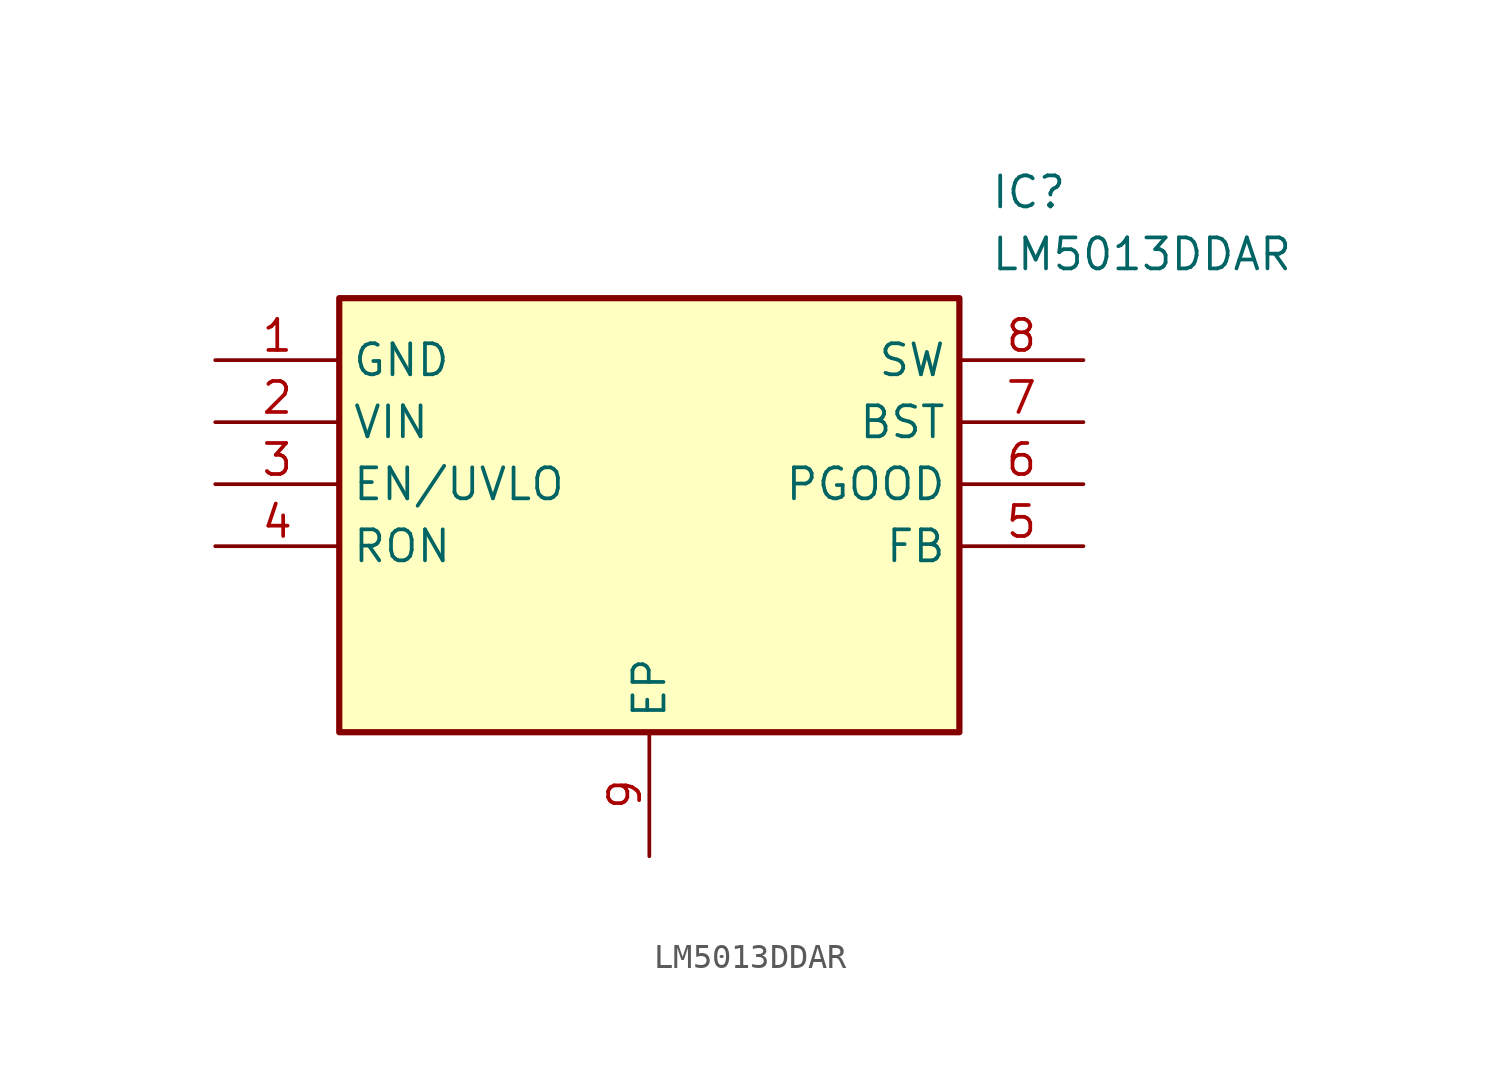
<source format=kicad_sym>
(kicad_symbol_lib
  (version 20211014)
  (generator SamacSys_ECAD_Model)
  (symbol "LM5013DDAR"
    (property "Reference" "IC"
      (at 31.75 7.62 0)
      (effects (font (size 1.27 1.27)) (justify left top)))
    (property "Value" "LM5013DDAR"
      (at 31.75 5.08 0)
      (effects (font (size 1.27 1.27)) (justify left top)))
    (rectangle
      (start 5.08 2.54)
      (end 30.48 -15.24)
      (stroke (width 0.254) (type default))
      (fill (type background)))
    (pin passive line
      (at 0 0 0)
      (length 5.08)
      (name "GND" (effects (font (size 1.27 1.27))))
      (number "1" (effects (font (size 1.27 1.27)))))
    (pin passive line
      (at 0 -2.54 0)
      (length 5.08)
      (name "VIN" (effects (font (size 1.27 1.27))))
      (number "2" (effects (font (size 1.27 1.27)))))
    (pin passive line
      (at 0 -5.08 0)
      (length 5.08)
      (name "EN/UVLO" (effects (font (size 1.27 1.27))))
      (number "3" (effects (font (size 1.27 1.27)))))
    (pin passive line
      (at 0 -7.62 0)
      (length 5.08)
      (name "RON" (effects (font (size 1.27 1.27))))
      (number "4" (effects (font (size 1.27 1.27)))))
    (pin passive line
      (at 17.78 -20.32 90)
      (length 5.08)
      (name "EP" (effects (font (size 1.27 1.27))))
      (number "9" (effects (font (size 1.27 1.27)))))
    (pin passive line
      (at 35.56 0 180)
      (length 5.08)
      (name "SW" (effects (font (size 1.27 1.27))))
      (number "8" (effects (font (size 1.27 1.27)))))
    (pin passive line
      (at 35.56 -2.54 180)
      (length 5.08)
      (name "BST" (effects (font (size 1.27 1.27))))
      (number "7" (effects (font (size 1.27 1.27)))))
    (pin passive line
      (at 35.56 -5.08 180)
      (length 5.08)
      (name "PGOOD" (effects (font (size 1.27 1.27))))
      (number "6" (effects (font (size 1.27 1.27)))))
    (pin passive line
      (at 35.56 -7.62 180)
      (length 5.08)
      (name "FB" (effects (font (size 1.27 1.27))))
      (number "5" (effects (font (size 1.27 1.27)))))))
</source>
